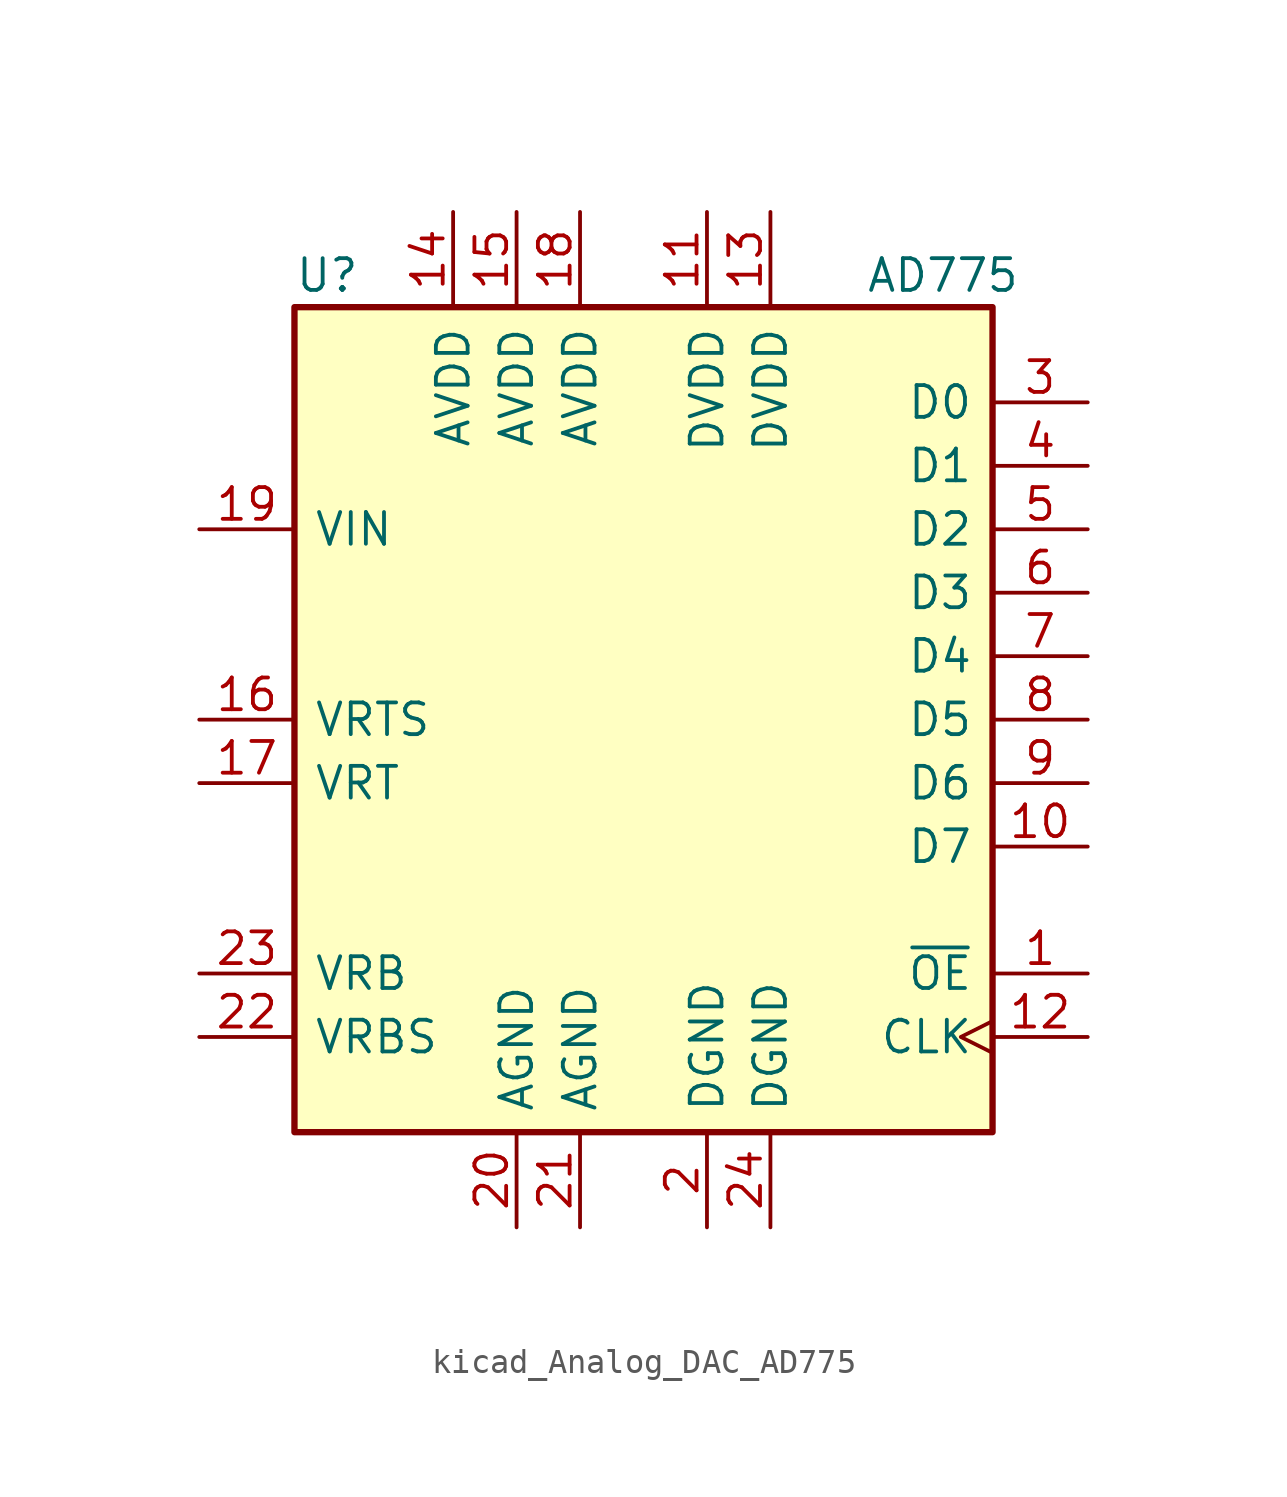
<source format=kicad_sym>
(kicad_symbol_lib
  (version 20220914)
  (generator kicad_symbol_editor)
  (symbol "kicad_Analog_DAC_AD775"
    (pin_names
      (offset 0.762))
    (property "Reference" "U"
      (at -13.97 17.78 0)
      (effects (font (size 1.27 1.27)) (justify left)))
    (property "Value" "AD775"
      (at 8.89 17.78 0)
      (effects (font (size 1.27 1.27)) (justify left)))
    (symbol "kicad_Analog_DAC_AD775_0_1"
      (rectangle (start -13.97 -16.51) (end 13.97 16.51) (stroke (width 0.254) (type default)) (fill (type background))))
    (symbol "kicad_Analog_DAC_AD775_1_1"
      (pin input line (at 17.78 -10.16 180) (length 3.81) (name "~{OE}" (effects (font (size 1.27 1.27)))) (number "1" (effects (font (size 1.27 1.27)))))
      (pin tri_state line (at 17.78 -5.08 180) (length 3.81) (name "D7" (effects (font (size 1.27 1.27)))) (number "10" (effects (font (size 1.27 1.27)))))
      (pin power_in line (at 2.54 20.32 270) (length 3.81) (name "DVDD" (effects (font (size 1.27 1.27)))) (number "11" (effects (font (size 1.27 1.27)))))
      (pin input clock (at 17.78 -12.7 180) (length 3.81) (name "CLK" (effects (font (size 1.27 1.27)))) (number "12" (effects (font (size 1.27 1.27)))))
      (pin power_in line (at 5.08 20.32 270) (length 3.81) (name "DVDD" (effects (font (size 1.27 1.27)))) (number "13" (effects (font (size 1.27 1.27)))))
      (pin power_in line (at -7.62 20.32 270) (length 3.81) (name "AVDD" (effects (font (size 1.27 1.27)))) (number "14" (effects (font (size 1.27 1.27)))))
      (pin power_in line (at -5.08 20.32 270) (length 3.81) (name "AVDD" (effects (font (size 1.27 1.27)))) (number "15" (effects (font (size 1.27 1.27)))))
      (pin input line (at -17.78 0 0) (length 3.81) (name "VRTS" (effects (font (size 1.27 1.27)))) (number "16" (effects (font (size 1.27 1.27)))))
      (pin input line (at -17.78 -2.54 0) (length 3.81) (name "VRT" (effects (font (size 1.27 1.27)))) (number "17" (effects (font (size 1.27 1.27)))))
      (pin power_in line (at -2.54 20.32 270) (length 3.81) (name "AVDD" (effects (font (size 1.27 1.27)))) (number "18" (effects (font (size 1.27 1.27)))))
      (pin input line (at -17.78 7.62 0) (length 3.81) (name "VIN" (effects (font (size 1.27 1.27)))) (number "19" (effects (font (size 1.27 1.27)))))
      (pin power_in line (at 2.54 -20.32 90) (length 3.81) (name "DGND" (effects (font (size 1.27 1.27)))) (number "2" (effects (font (size 1.27 1.27)))))
      (pin power_in line (at -5.08 -20.32 90) (length 3.81) (name "AGND" (effects (font (size 1.27 1.27)))) (number "20" (effects (font (size 1.27 1.27)))))
      (pin power_in line (at -2.54 -20.32 90) (length 3.81) (name "AGND" (effects (font (size 1.27 1.27)))) (number "21" (effects (font (size 1.27 1.27)))))
      (pin input line (at -17.78 -12.7 0) (length 3.81) (name "VRBS" (effects (font (size 1.27 1.27)))) (number "22" (effects (font (size 1.27 1.27)))))
      (pin input line (at -17.78 -10.16 0) (length 3.81) (name "VRB" (effects (font (size 1.27 1.27)))) (number "23" (effects (font (size 1.27 1.27)))))
      (pin power_in line (at 5.08 -20.32 90) (length 3.81) (name "DGND" (effects (font (size 1.27 1.27)))) (number "24" (effects (font (size 1.27 1.27)))))
      (pin tri_state line (at 17.78 12.7 180) (length 3.81) (name "D0" (effects (font (size 1.27 1.27)))) (number "3" (effects (font (size 1.27 1.27)))))
      (pin tri_state line (at 17.78 10.16 180) (length 3.81) (name "D1" (effects (font (size 1.27 1.27)))) (number "4" (effects (font (size 1.27 1.27)))))
      (pin tri_state line (at 17.78 7.62 180) (length 3.81) (name "D2" (effects (font (size 1.27 1.27)))) (number "5" (effects (font (size 1.27 1.27)))))
      (pin tri_state line (at 17.78 5.08 180) (length 3.81) (name "D3" (effects (font (size 1.27 1.27)))) (number "6" (effects (font (size 1.27 1.27)))))
      (pin tri_state line (at 17.78 2.54 180) (length 3.81) (name "D4" (effects (font (size 1.27 1.27)))) (number "7" (effects (font (size 1.27 1.27)))))
      (pin tri_state line (at 17.78 0 180) (length 3.81) (name "D5" (effects (font (size 1.27 1.27)))) (number "8" (effects (font (size 1.27 1.27)))))
      (pin tri_state line (at 17.78 -2.54 180) (length 3.81) (name "D6" (effects (font (size 1.27 1.27)))) (number "9" (effects (font (size 1.27 1.27))))))))
</source>
